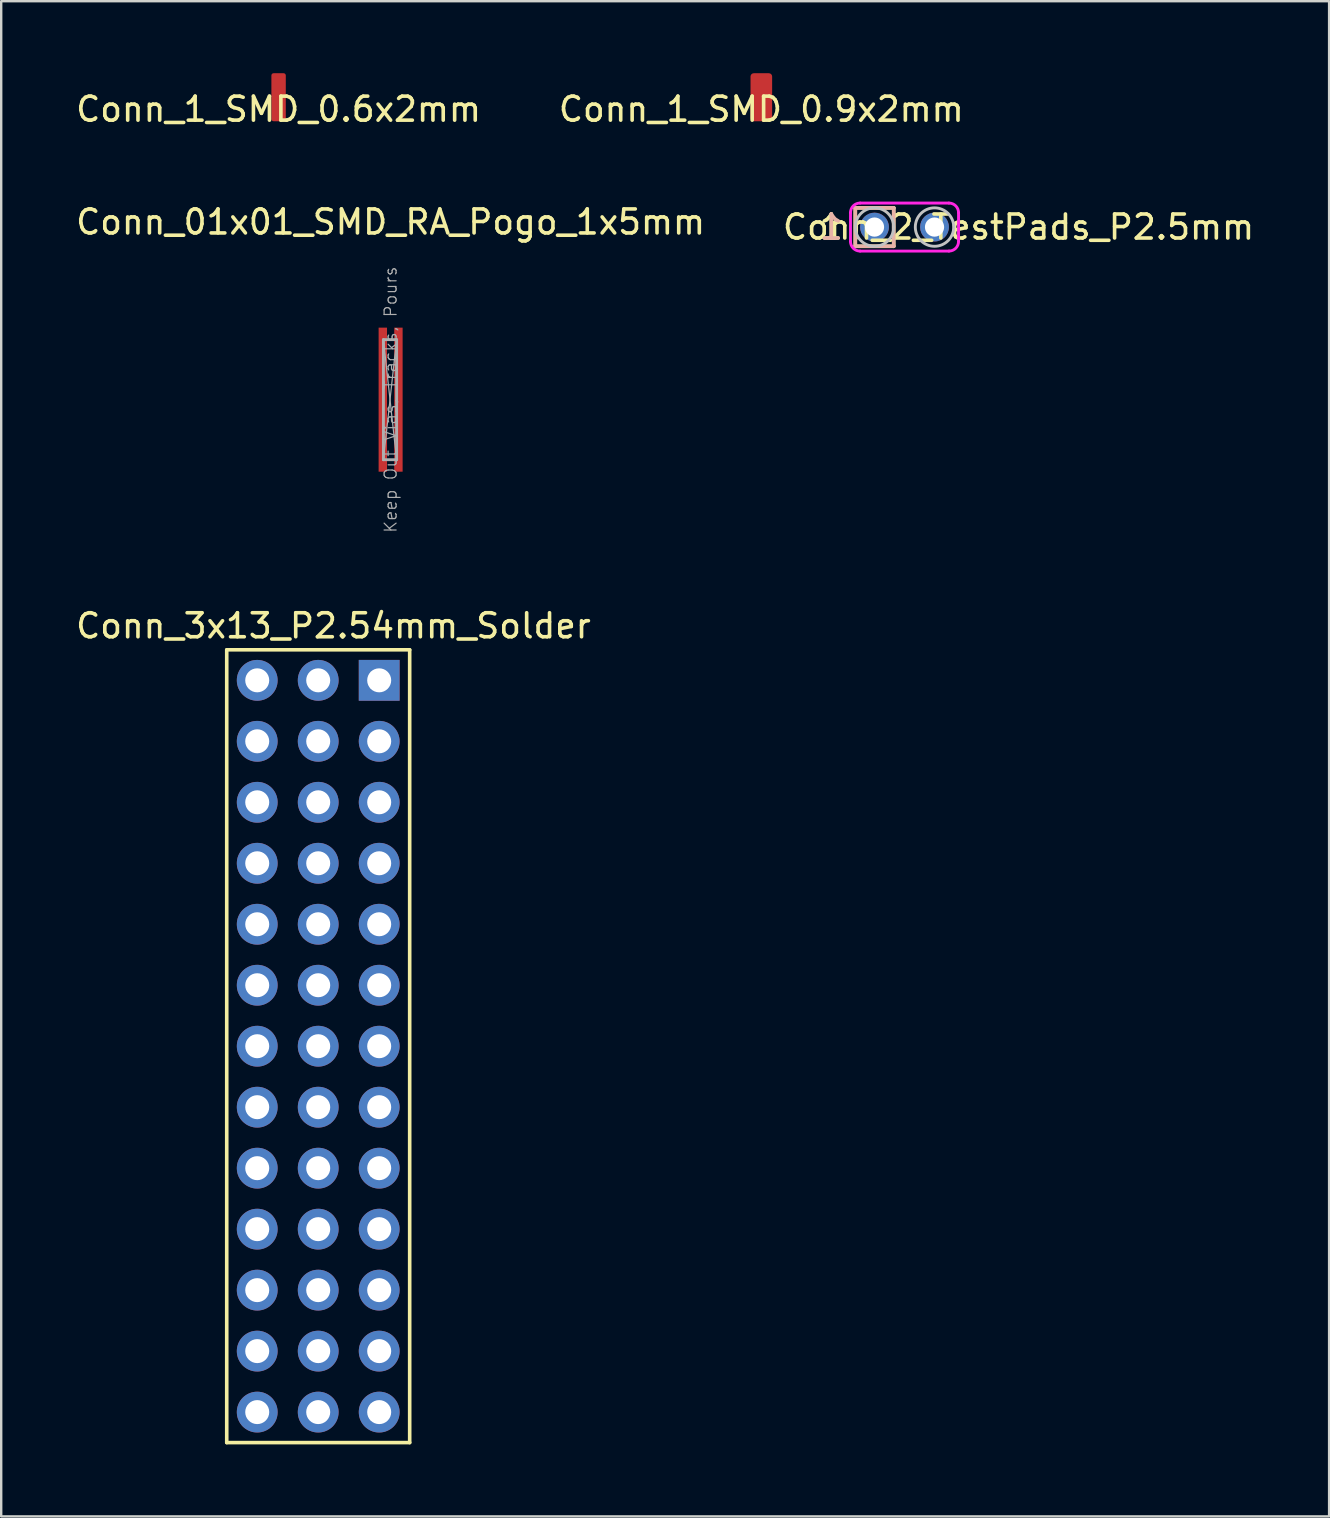
<source format=kicad_pcb>
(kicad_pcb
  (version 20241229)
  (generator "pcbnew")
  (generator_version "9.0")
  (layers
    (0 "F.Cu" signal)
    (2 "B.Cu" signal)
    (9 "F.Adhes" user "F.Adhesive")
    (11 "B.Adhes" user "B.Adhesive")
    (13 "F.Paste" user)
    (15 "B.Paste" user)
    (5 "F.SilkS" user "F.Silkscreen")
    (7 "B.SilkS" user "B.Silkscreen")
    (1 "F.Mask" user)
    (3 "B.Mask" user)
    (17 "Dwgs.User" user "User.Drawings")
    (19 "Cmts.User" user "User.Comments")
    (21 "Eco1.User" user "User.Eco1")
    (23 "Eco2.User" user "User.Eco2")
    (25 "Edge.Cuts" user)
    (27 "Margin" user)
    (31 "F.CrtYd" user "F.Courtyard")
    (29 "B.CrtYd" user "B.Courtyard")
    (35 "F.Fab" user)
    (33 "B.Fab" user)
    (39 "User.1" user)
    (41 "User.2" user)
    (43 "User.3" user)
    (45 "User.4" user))
  (footprint "Conn_2_TestPads_P2.5mm"
    (layer "F.Cu")
    (at 33.375 6.408)
    (property "Reference" "Conn_2_TestPads_P2.5mm" (at 6 0 0) (layer "F.SilkS") (effects (font (size 1 1) (thickness 0.15))))
    (attr exclude_from_pos_files exclude_from_bom)
    (fp_line (start -0.8 -0.8) (end 0.8 -0.8) (stroke (width 0.15) (type solid)) (layer "F.SilkS"))
    (fp_line (start -0.8 0.8) (end -0.8 -0.8) (stroke (width 0.15) (type solid)) (layer "F.SilkS"))
    (fp_line (start 0.8 -0.8) (end 0.8 0.8) (stroke (width 0.15) (type solid)) (layer "F.SilkS"))
    (fp_line (start 0.8 0.8) (end -0.8 0.8) (stroke (width 0.15) (type solid)) (layer "F.SilkS"))
    (fp_line (start -0.8 -0.8) (end 0.8 -0.8) (stroke (width 0.15) (type solid)) (layer "B.SilkS"))
    (fp_line (start -0.8 0.8) (end -0.8 -0.8) (stroke (width 0.15) (type solid)) (layer "B.SilkS"))
    (fp_line (start 0.8 -0.8) (end 0.8 0.8) (stroke (width 0.15) (type solid)) (layer "B.SilkS"))
    (fp_line (start 0.8 0.8) (end -0.8 0.8) (stroke (width 0.15) (type solid)) (layer "B.SilkS"))
    (fp_circle (center 0 0) (end 0.8 0) (stroke (width 0.12) (type solid)) (fill no) (layer "Dwgs.User"))
    (fp_circle (center 2.5 0) (end 3.3 0) (stroke (width 0.12) (type solid)) (fill no) (layer "Dwgs.User"))
    (fp_line (start -1 -0.6) (end -1 0.6) (stroke (width 0.12) (type solid)) (layer "F.CrtYd"))
    (fp_line (start -0.6 1) (end 3.1 1) (stroke (width 0.12) (type solid)) (layer "F.CrtYd"))
    (fp_line (start 3.1 -1) (end -0.6 -1) (stroke (width 0.12) (type solid)) (layer "F.CrtYd"))
    (fp_line (start 3.5 0.6) (end 3.5 -0.6) (stroke (width 0.12) (type solid)) (layer "F.CrtYd"))
    (fp_arc (start -1 -0.6) (mid -0.882843 -0.882843) (end -0.6 -1) (stroke (width 0.12) (type solid)) (layer "F.CrtYd"))
    (fp_arc (start -0.6 1) (mid -0.882843 0.882843) (end -1 0.6) (stroke (width 0.12) (type solid)) (layer "F.CrtYd"))
    (fp_arc (start 3.1 -1) (mid 3.382843 -0.882843) (end 3.5 -0.6) (stroke (width 0.12) (type solid)) (layer "F.CrtYd"))
    (fp_arc (start 3.5 0.6) (mid 3.382843 0.882843) (end 3.1 1) (stroke (width 0.12) (type solid)) (layer "F.CrtYd"))
    (fp_text user "1" (at -1.8 0 0) (layer "F.SilkS") (effects (font (size 1 1) (thickness 0.15))))
    (fp_text user "1" (at -1.8 0 0) (layer "B.SilkS") (effects (font (size 1 1) (thickness 0.15)) (justify mirror)))
    (pad "1" thru_hole circle (at 0 0) (size 1.2 1.2) (drill 0.8) (layers "*.Cu" "*.Mask"))
    (pad "2" thru_hole circle (at 2.5 0) (size 1.2 1.2) (drill 0.8) (layers "*.Cu" "*.Mask")))
  (footprint "Conn_3x13_P2.54mm_Solder"
    (layer "F.Cu")
    (at 12.744 25.287)
    (property "Reference" "Conn_3x13_P2.54mm_Solder" (at -1.905 -2.27 0) (layer "F.SilkS") (effects (font (size 1 1) (thickness 0.15))))
    (attr through_hole)
    (fp_line (start -6.35 -1.27) (end 1.27 -1.27) (stroke (width 0.15) (type solid)) (layer "F.SilkS"))
    (fp_line (start -6.35 31.75) (end -6.35 -1.27) (stroke (width 0.15) (type solid)) (layer "F.SilkS"))
    (fp_line (start 1.27 -1.27) (end 1.27 31.75) (stroke (width 0.15) (type solid)) (layer "F.SilkS"))
    (fp_line (start 1.27 31.75) (end -6.35 31.75) (stroke (width 0.15) (type solid)) (layer "F.SilkS"))
    (fp_line (start -0.32 -0.32) (end -0.32 0.32) (stroke (width 0.1) (type solid)) (layer "F.Fab"))
    (fp_line (start -0.32 2.22) (end -0.32 2.86) (stroke (width 0.1) (type solid)) (layer "F.Fab"))
    (fp_line (start -0.32 4.76) (end -0.32 5.4) (stroke (width 0.1) (type solid)) (layer "F.Fab"))
    (fp_line (start -0.32 7.3) (end -0.32 7.94) (stroke (width 0.1) (type solid)) (layer "F.Fab"))
    (fp_line (start -0.32 9.84) (end -0.32 10.48) (stroke (width 0.1) (type solid)) (layer "F.Fab"))
    (fp_line (start -0.32 12.38) (end -0.32 13.02) (stroke (width 0.1) (type solid)) (layer "F.Fab"))
    (fp_line (start -0.32 14.92) (end -0.32 15.56) (stroke (width 0.1) (type solid)) (layer "F.Fab"))
    (fp_line (start -0.32 17.46) (end -0.32 18.1) (stroke (width 0.1) (type solid)) (layer "F.Fab"))
    (fp_line (start -0.32 20) (end -0.32 20.64) (stroke (width 0.1) (type solid)) (layer "F.Fab"))
    (fp_line (start -0.32 22.54) (end -0.32 23.18) (stroke (width 0.1) (type solid)) (layer "F.Fab"))
    (fp_line (start -0.32 25.08) (end -0.32 25.72) (stroke (width 0.1) (type solid)) (layer "F.Fab"))
    (fp_line (start -0.32 27.62) (end -0.32 28.26) (stroke (width 0.1) (type solid)) (layer "F.Fab"))
    (fp_line (start -0.32 30.16) (end -0.32 30.8) (stroke (width 0.1) (type solid)) (layer "F.Fab"))
    (pad "1" thru_hole rect (at 0 0) (size 1.7 1.7) (drill 1) (layers "*.Cu" "*.Mask"))
    (pad "2" thru_hole circle (at -2.54 0) (size 1.7 1.7) (drill 1) (layers "*.Cu" "*.Mask"))
    (pad "3" thru_hole circle (at -5.08 0) (size 1.7 1.7) (drill 1) (layers "*.Cu" "*.Mask"))
    (pad "4" thru_hole circle (at 0 2.54) (size 1.7 1.7) (drill 1) (layers "*.Cu" "*.Mask"))
    (pad "5" thru_hole circle (at -2.54 2.54) (size 1.7 1.7) (drill 1) (layers "*.Cu" "*.Mask"))
    (pad "6" thru_hole circle (at -5.08 2.54) (size 1.7 1.7) (drill 1) (layers "*.Cu" "*.Mask"))
    (pad "7" thru_hole circle (at 0 5.08) (size 1.7 1.7) (drill 1) (layers "*.Cu" "*.Mask"))
    (pad "8" thru_hole circle (at -2.54 5.08) (size 1.7 1.7) (drill 1) (layers "*.Cu" "*.Mask"))
    (pad "9" thru_hole circle (at -5.08 5.08) (size 1.7 1.7) (drill 1) (layers "*.Cu" "*.Mask"))
    (pad "10" thru_hole circle (at 0 7.62) (size 1.7 1.7) (drill 1) (layers "*.Cu" "*.Mask"))
    (pad "11" thru_hole circle (at -2.54 7.62) (size 1.7 1.7) (drill 1) (layers "*.Cu" "*.Mask"))
    (pad "12" thru_hole circle (at -5.08 7.62) (size 1.7 1.7) (drill 1) (layers "*.Cu" "*.Mask"))
    (pad "13" thru_hole circle (at 0 10.16) (size 1.7 1.7) (drill 1) (layers "*.Cu" "*.Mask"))
    (pad "14" thru_hole circle (at -2.54 10.16) (size 1.7 1.7) (drill 1) (layers "*.Cu" "*.Mask"))
    (pad "15" thru_hole circle (at -5.08 10.16) (size 1.7 1.7) (drill 1) (layers "*.Cu" "*.Mask"))
    (pad "16" thru_hole circle (at 0 12.7) (size 1.7 1.7) (drill 1) (layers "*.Cu" "*.Mask"))
    (pad "17" thru_hole circle (at -2.54 12.7) (size 1.7 1.7) (drill 1) (layers "*.Cu" "*.Mask"))
    (pad "18" thru_hole circle (at -5.08 12.7) (size 1.7 1.7) (drill 1) (layers "*.Cu" "*.Mask"))
    (pad "19" thru_hole circle (at 0 15.24) (size 1.7 1.7) (drill 1) (layers "*.Cu" "*.Mask"))
    (pad "20" thru_hole circle (at -2.54 15.24) (size 1.7 1.7) (drill 1) (layers "*.Cu" "*.Mask"))
    (pad "21" thru_hole circle (at -5.08 15.24) (size 1.7 1.7) (drill 1) (layers "*.Cu" "*.Mask"))
    (pad "22" thru_hole circle (at 0 17.78) (size 1.7 1.7) (drill 1) (layers "*.Cu" "*.Mask"))
    (pad "23" thru_hole circle (at -2.54 17.78) (size 1.7 1.7) (drill 1) (layers "*.Cu" "*.Mask"))
    (pad "24" thru_hole circle (at -5.08 17.78) (size 1.7 1.7) (drill 1) (layers "*.Cu" "*.Mask"))
    (pad "25" thru_hole circle (at 0 20.32) (size 1.7 1.7) (drill 1) (layers "*.Cu" "*.Mask"))
    (pad "26" thru_hole circle (at -2.54 20.32) (size 1.7 1.7) (drill 1) (layers "*.Cu" "*.Mask"))
    (pad "27" thru_hole circle (at -5.08 20.32) (size 1.7 1.7) (drill 1) (layers "*.Cu" "*.Mask"))
    (pad "28" thru_hole circle (at 0 22.86) (size 1.7 1.7) (drill 1) (layers "*.Cu" "*.Mask"))
    (pad "29" thru_hole circle (at -2.54 22.86) (size 1.7 1.7) (drill 1) (layers "*.Cu" "*.Mask"))
    (pad "30" thru_hole circle (at -5.08 22.86) (size 1.7 1.7) (drill 1) (layers "*.Cu" "*.Mask"))
    (pad "31" thru_hole circle (at 0 25.4) (size 1.7 1.7) (drill 1) (layers "*.Cu" "*.Mask"))
    (pad "32" thru_hole circle (at -2.54 25.4) (size 1.7 1.7) (drill 1) (layers "*.Cu" "*.Mask"))
    (pad "33" thru_hole circle (at -5.08 25.4) (size 1.7 1.7) (drill 1) (layers "*.Cu" "*.Mask"))
    (pad "34" thru_hole circle (at 0 27.94) (size 1.7 1.7) (drill 1) (layers "*.Cu" "*.Mask"))
    (pad "35" thru_hole circle (at -2.54 27.94) (size 1.7 1.7) (drill 1) (layers "*.Cu" "*.Mask"))
    (pad "36" thru_hole circle (at -5.08 27.94) (size 1.7 1.7) (drill 1) (layers "*.Cu" "*.Mask"))
    (pad "37" thru_hole circle (at 0 30.48) (size 1.7 1.7) (drill 1) (layers "*.Cu" "*.Mask"))
    (pad "38" thru_hole circle (at -2.54 30.48) (size 1.7 1.7) (drill 1) (layers "*.Cu" "*.Mask"))
    (pad "39" thru_hole circle (at -5.08 30.48) (size 1.7 1.7) (drill 1) (layers "*.Cu" "*.Mask")))
  (footprint "Conn_1_SMD_0.9x2mm"
    (layer "F.Cu")
    (at 28.661 1)
    (property "Reference" "Conn_1_SMD_0.9x2mm" (at 0 0.5 0) (layer "F.SilkS") (effects (font (size 1 1) (thickness 0.15))))
    (attr exclude_from_pos_files exclude_from_bom)
    (pad "1" smd roundrect (at 0 0) (size 0.9 2) (layers "F.Cu" "F.Mask") (roundrect_rratio 0.15)))
  (footprint "Conn_1_SMD_0.6x2mm"
    (layer "F.Cu")
    (at 8.554 1)
    (property "Reference" "Conn_1_SMD_0.6x2mm" (at 0 0.5 0) (layer "F.SilkS") (effects (font (size 1 1) (thickness 0.15))))
    (attr exclude_from_pos_files exclude_from_bom)
    (pad "1" smd roundrect (at 0 0) (size 0.6 2) (layers "F.Cu" "F.Mask") (roundrect_rratio 0.15)))
  (footprint "Conn_01x01_SMD_RA_Pogo_1x5mm"
    (layer "F.Cu")
    (at 13.22 13.597)
    (property "Reference" "Conn_01x01_SMD_RA_Pogo_1x5mm" (at 0 -7.4 0) (layer "F.SilkS") (effects (font (size 1 1) (thickness 0.15))))
    (attr smd)
    (fp_line (start -0.3 -2.5) (end -0.3 2.5) (stroke (width 0.12) (type solid)) (layer "F.Fab"))
    (fp_line (start -0.3 -2.5) (end 0.25 2.5) (stroke (width 0.05) (type solid)) (layer "F.Fab"))
    (fp_line (start -0.3 2.5) (end 0.25 -2.5) (stroke (width 0.05) (type solid)) (layer "F.Fab"))
    (fp_line (start -0.3 2.5) (end 0.25 2.5) (stroke (width 0.12) (type solid)) (layer "F.Fab"))
    (fp_line (start 0.25 -2.5) (end -0.3 -2.5) (stroke (width 0.12) (type solid)) (layer "F.Fab"))
    (fp_line (start 0.25 2.5) (end 0.25 -2.5) (stroke (width 0.12) (type solid)) (layer "F.Fab"))
    (fp_text user "Keep Out Vias, Tracks, Pours" (at 0 0 90) (layer "F.Fab") (effects (font (size 0.5 0.5) (thickness 0.05))))
    (pad "" smd rect (at -0.35 0) (size 0.3 6) (layers "F.Paste"))
    (pad "" smd rect (at 0 0) (size 0.6 10) (layers "F.Mask"))
    (pad "" smd rect (at 0.35 0 180) (size 0.3 6) (layers "F.Paste"))
    (pad "1" smd rect (at -0.325 0) (size 0.35 6) (layers "F.Cu" "F.Mask"))
    (pad "1" smd rect (at 0.325 0 180) (size 0.35 6) (layers "F.Cu" "F.Mask")))
  (gr_rect
    (start -3 -3)
    (end 52.31 60.112)
    (stroke (width 0.1) (type default))
    (fill no)
    (layer "Edge.Cuts")))
</source>
